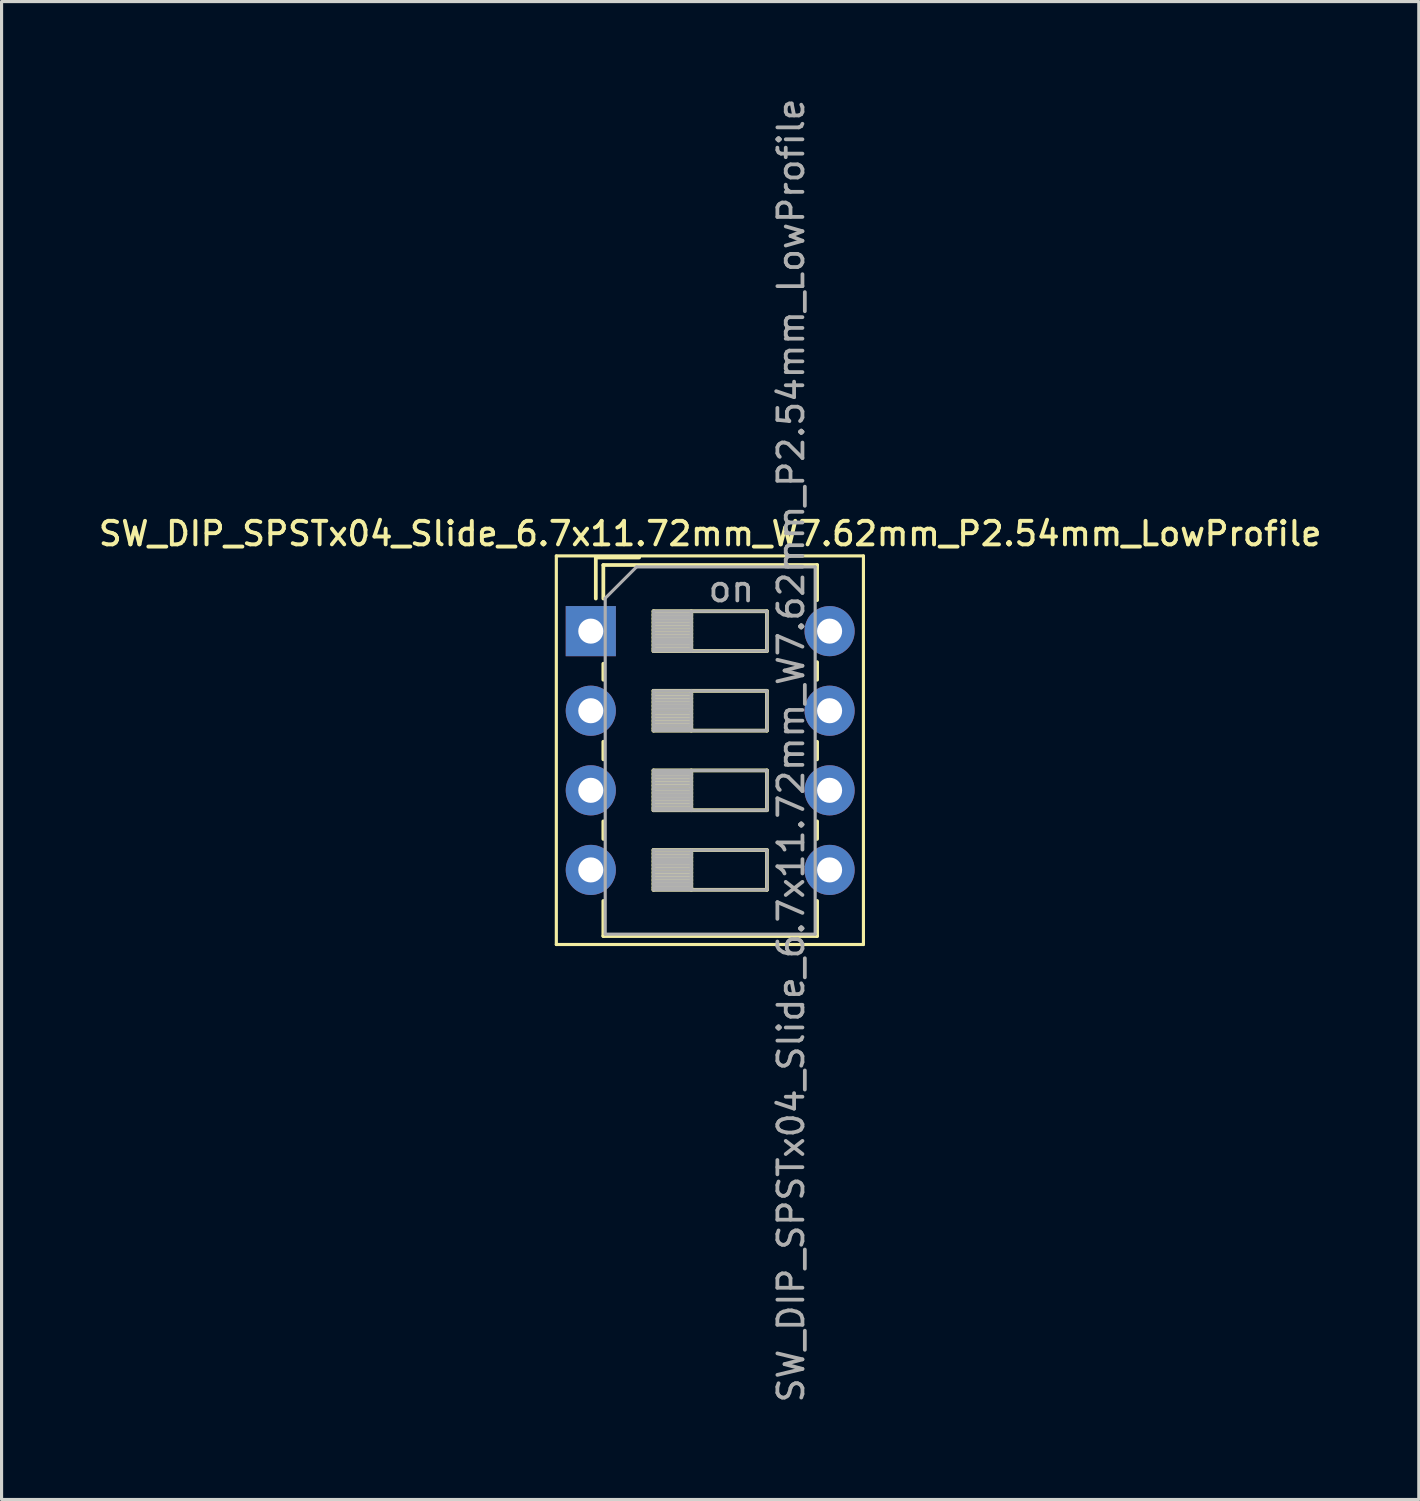
<source format=kicad_pcb>
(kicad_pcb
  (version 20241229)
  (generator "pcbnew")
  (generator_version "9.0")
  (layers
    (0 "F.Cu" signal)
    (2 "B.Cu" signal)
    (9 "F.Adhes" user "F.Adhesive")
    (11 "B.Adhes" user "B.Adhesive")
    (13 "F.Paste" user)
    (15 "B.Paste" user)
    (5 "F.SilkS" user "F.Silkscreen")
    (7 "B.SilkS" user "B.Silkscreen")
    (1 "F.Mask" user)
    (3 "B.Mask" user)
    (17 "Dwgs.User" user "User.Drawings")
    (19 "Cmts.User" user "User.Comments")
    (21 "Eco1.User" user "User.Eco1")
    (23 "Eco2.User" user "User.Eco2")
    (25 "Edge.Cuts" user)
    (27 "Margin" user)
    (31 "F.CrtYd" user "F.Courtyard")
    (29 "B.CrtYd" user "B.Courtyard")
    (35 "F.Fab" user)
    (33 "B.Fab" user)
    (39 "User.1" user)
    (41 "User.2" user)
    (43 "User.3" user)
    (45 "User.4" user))
  (footprint "SW_DIP_SPSTx04_Slide_6.7x11.72mm_W7.62mm_P2.54mm_LowProfile"
    (layer "F.Cu")
    (at 15.803 17.09)
    (property "Reference" "SW_DIP_SPSTx04_Slide_6.7x11.72mm_W7.62mm_P2.54mm_LowProfile" (at 3.81 -3.11 0) (layer "F.SilkS") (effects (font (size 0.75 0.75) (thickness 0.125))))
    (attr through_hole)
    (fp_line (start -1.1 -2.4) (end -1.1 10) (stroke (width 0.1) (type solid)) (layer "F.SilkS"))
    (fp_line (start -1.1 10) (end 8.7 10) (stroke (width 0.1) (type solid)) (layer "F.SilkS"))
    (fp_line (start 0.16 -2.35) (end 0.16 -1.04) (stroke (width 0.12) (type solid)) (layer "F.SilkS"))
    (fp_line (start 0.16 -2.35) (end 1.543 -2.35) (stroke (width 0.12) (type solid)) (layer "F.SilkS"))
    (fp_line (start 0.4 -2.11) (end 0.4 -1.04) (stroke (width 0.12) (type solid)) (layer "F.SilkS"))
    (fp_line (start 0.4 -2.11) (end 7.221 -2.11) (stroke (width 0.12) (type solid)) (layer "F.SilkS"))
    (fp_line (start 0.4 1.04) (end 0.4 1.551) (stroke (width 0.12) (type solid)) (layer "F.SilkS"))
    (fp_line (start 0.4 3.53) (end 0.4 4.091) (stroke (width 0.12) (type solid)) (layer "F.SilkS"))
    (fp_line (start 0.4 6.07) (end 0.4 6.631) (stroke (width 0.12) (type solid)) (layer "F.SilkS"))
    (fp_line (start 0.4 8.61) (end 0.4 9.73) (stroke (width 0.12) (type solid)) (layer "F.SilkS"))
    (fp_line (start 0.4 9.73) (end 7.221 9.73) (stroke (width 0.12) (type solid)) (layer "F.SilkS"))
    (fp_line (start 2 -0.635) (end 2 0.635) (stroke (width 0.12) (type solid)) (layer "F.SilkS"))
    (fp_line (start 2 -0.515) (end 3.207 -0.515) (stroke (width 0.12) (type solid)) (layer "F.SilkS"))
    (fp_line (start 2 -0.395) (end 3.207 -0.395) (stroke (width 0.12) (type solid)) (layer "F.SilkS"))
    (fp_line (start 2 -0.275) (end 3.207 -0.275) (stroke (width 0.12) (type solid)) (layer "F.SilkS"))
    (fp_line (start 2 -0.155) (end 3.207 -0.155) (stroke (width 0.12) (type solid)) (layer "F.SilkS"))
    (fp_line (start 2 -0.035) (end 3.207 -0.035) (stroke (width 0.12) (type solid)) (layer "F.SilkS"))
    (fp_line (start 2 0.085) (end 3.207 0.085) (stroke (width 0.12) (type solid)) (layer "F.SilkS"))
    (fp_line (start 2 0.205) (end 3.207 0.205) (stroke (width 0.12) (type solid)) (layer "F.SilkS"))
    (fp_line (start 2 0.325) (end 3.207 0.325) (stroke (width 0.12) (type solid)) (layer "F.SilkS"))
    (fp_line (start 2 0.445) (end 3.207 0.445) (stroke (width 0.12) (type solid)) (layer "F.SilkS"))
    (fp_line (start 2 0.565) (end 3.207 0.565) (stroke (width 0.12) (type solid)) (layer "F.SilkS"))
    (fp_line (start 2 0.635) (end 5.62 0.635) (stroke (width 0.12) (type solid)) (layer "F.SilkS"))
    (fp_line (start 2 1.905) (end 2 3.175) (stroke (width 0.12) (type solid)) (layer "F.SilkS"))
    (fp_line (start 2 2.025) (end 3.207 2.025) (stroke (width 0.12) (type solid)) (layer "F.SilkS"))
    (fp_line (start 2 2.145) (end 3.207 2.145) (stroke (width 0.12) (type solid)) (layer "F.SilkS"))
    (fp_line (start 2 2.265) (end 3.207 2.265) (stroke (width 0.12) (type solid)) (layer "F.SilkS"))
    (fp_line (start 2 2.385) (end 3.207 2.385) (stroke (width 0.12) (type solid)) (layer "F.SilkS"))
    (fp_line (start 2 2.505) (end 3.207 2.505) (stroke (width 0.12) (type solid)) (layer "F.SilkS"))
    (fp_line (start 2 2.625) (end 3.207 2.625) (stroke (width 0.12) (type solid)) (layer "F.SilkS"))
    (fp_line (start 2 2.745) (end 3.207 2.745) (stroke (width 0.12) (type solid)) (layer "F.SilkS"))
    (fp_line (start 2 2.865) (end 3.207 2.865) (stroke (width 0.12) (type solid)) (layer "F.SilkS"))
    (fp_line (start 2 2.985) (end 3.207 2.985) (stroke (width 0.12) (type solid)) (layer "F.SilkS"))
    (fp_line (start 2 3.105) (end 3.207 3.105) (stroke (width 0.12) (type solid)) (layer "F.SilkS"))
    (fp_line (start 2 3.175) (end 5.62 3.175) (stroke (width 0.12) (type solid)) (layer "F.SilkS"))
    (fp_line (start 2 4.445) (end 2 5.715) (stroke (width 0.12) (type solid)) (layer "F.SilkS"))
    (fp_line (start 2 4.565) (end 3.207 4.565) (stroke (width 0.12) (type solid)) (layer "F.SilkS"))
    (fp_line (start 2 4.685) (end 3.207 4.685) (stroke (width 0.12) (type solid)) (layer "F.SilkS"))
    (fp_line (start 2 4.805) (end 3.207 4.805) (stroke (width 0.12) (type solid)) (layer "F.SilkS"))
    (fp_line (start 2 4.925) (end 3.207 4.925) (stroke (width 0.12) (type solid)) (layer "F.SilkS"))
    (fp_line (start 2 5.045) (end 3.207 5.045) (stroke (width 0.12) (type solid)) (layer "F.SilkS"))
    (fp_line (start 2 5.165) (end 3.207 5.165) (stroke (width 0.12) (type solid)) (layer "F.SilkS"))
    (fp_line (start 2 5.285) (end 3.207 5.285) (stroke (width 0.12) (type solid)) (layer "F.SilkS"))
    (fp_line (start 2 5.405) (end 3.207 5.405) (stroke (width 0.12) (type solid)) (layer "F.SilkS"))
    (fp_line (start 2 5.525) (end 3.207 5.525) (stroke (width 0.12) (type solid)) (layer "F.SilkS"))
    (fp_line (start 2 5.645) (end 3.207 5.645) (stroke (width 0.12) (type solid)) (layer "F.SilkS"))
    (fp_line (start 2 5.715) (end 5.62 5.715) (stroke (width 0.12) (type solid)) (layer "F.SilkS"))
    (fp_line (start 2 6.985) (end 2 8.255) (stroke (width 0.12) (type solid)) (layer "F.SilkS"))
    (fp_line (start 2 7.105) (end 3.207 7.105) (stroke (width 0.12) (type solid)) (layer "F.SilkS"))
    (fp_line (start 2 7.225) (end 3.207 7.225) (stroke (width 0.12) (type solid)) (layer "F.SilkS"))
    (fp_line (start 2 7.345) (end 3.207 7.345) (stroke (width 0.12) (type solid)) (layer "F.SilkS"))
    (fp_line (start 2 7.465) (end 3.207 7.465) (stroke (width 0.12) (type solid)) (layer "F.SilkS"))
    (fp_line (start 2 7.585) (end 3.207 7.585) (stroke (width 0.12) (type solid)) (layer "F.SilkS"))
    (fp_line (start 2 7.705) (end 3.207 7.705) (stroke (width 0.12) (type solid)) (layer "F.SilkS"))
    (fp_line (start 2 7.825) (end 3.207 7.825) (stroke (width 0.12) (type solid)) (layer "F.SilkS"))
    (fp_line (start 2 7.945) (end 3.207 7.945) (stroke (width 0.12) (type solid)) (layer "F.SilkS"))
    (fp_line (start 2 8.065) (end 3.207 8.065) (stroke (width 0.12) (type solid)) (layer "F.SilkS"))
    (fp_line (start 2 8.185) (end 3.207 8.185) (stroke (width 0.12) (type solid)) (layer "F.SilkS"))
    (fp_line (start 2 8.255) (end 5.62 8.255) (stroke (width 0.12) (type solid)) (layer "F.SilkS"))
    (fp_line (start 3.207 -0.635) (end 3.207 0.635) (stroke (width 0.12) (type solid)) (layer "F.SilkS"))
    (fp_line (start 3.207 1.905) (end 3.207 3.175) (stroke (width 0.12) (type solid)) (layer "F.SilkS"))
    (fp_line (start 3.207 4.445) (end 3.207 5.715) (stroke (width 0.12) (type solid)) (layer "F.SilkS"))
    (fp_line (start 3.207 6.985) (end 3.207 8.255) (stroke (width 0.12) (type solid)) (layer "F.SilkS"))
    (fp_line (start 5.62 -0.635) (end 2 -0.635) (stroke (width 0.12) (type solid)) (layer "F.SilkS"))
    (fp_line (start 5.62 0.635) (end 5.62 -0.635) (stroke (width 0.12) (type solid)) (layer "F.SilkS"))
    (fp_line (start 5.62 1.905) (end 2 1.905) (stroke (width 0.12) (type solid)) (layer "F.SilkS"))
    (fp_line (start 5.62 3.175) (end 5.62 1.905) (stroke (width 0.12) (type solid)) (layer "F.SilkS"))
    (fp_line (start 5.62 4.445) (end 2 4.445) (stroke (width 0.12) (type solid)) (layer "F.SilkS"))
    (fp_line (start 5.62 5.715) (end 5.62 4.445) (stroke (width 0.12) (type solid)) (layer "F.SilkS"))
    (fp_line (start 5.62 6.985) (end 2 6.985) (stroke (width 0.12) (type solid)) (layer "F.SilkS"))
    (fp_line (start 5.62 8.255) (end 5.62 6.985) (stroke (width 0.12) (type solid)) (layer "F.SilkS"))
    (fp_line (start 7.221 -2.11) (end 7.221 -0.99) (stroke (width 0.12) (type solid)) (layer "F.SilkS"))
    (fp_line (start 7.221 0.99) (end 7.221 1.551) (stroke (width 0.12) (type solid)) (layer "F.SilkS"))
    (fp_line (start 7.221 3.53) (end 7.221 4.091) (stroke (width 0.12) (type solid)) (layer "F.SilkS"))
    (fp_line (start 7.221 6.07) (end 7.221 6.631) (stroke (width 0.12) (type solid)) (layer "F.SilkS"))
    (fp_line (start 7.221 8.61) (end 7.221 9.73) (stroke (width 0.12) (type solid)) (layer "F.SilkS"))
    (fp_line (start 8.7 -2.4) (end -1.1 -2.4) (stroke (width 0.1) (type solid)) (layer "F.SilkS"))
    (fp_line (start 8.7 10) (end 8.7 -2.4) (stroke (width 0.1) (type solid)) (layer "F.SilkS"))
    (fp_line (start 0.46 -1.05) (end 1.46 -2.05) (stroke (width 0.1) (type solid)) (layer "F.Fab"))
    (fp_line (start 0.46 9.67) (end 0.46 -1.05) (stroke (width 0.1) (type solid)) (layer "F.Fab"))
    (fp_line (start 1.46 -2.05) (end 7.16 -2.05) (stroke (width 0.1) (type solid)) (layer "F.Fab"))
    (fp_line (start 2 -0.635) (end 2 0.635) (stroke (width 0.1) (type solid)) (layer "F.Fab"))
    (fp_line (start 2 -0.535) (end 3.207 -0.535) (stroke (width 0.1) (type solid)) (layer "F.Fab"))
    (fp_line (start 2 -0.435) (end 3.207 -0.435) (stroke (width 0.1) (type solid)) (layer "F.Fab"))
    (fp_line (start 2 -0.335) (end 3.207 -0.335) (stroke (width 0.1) (type solid)) (layer "F.Fab"))
    (fp_line (start 2 -0.235) (end 3.207 -0.235) (stroke (width 0.1) (type solid)) (layer "F.Fab"))
    (fp_line (start 2 -0.135) (end 3.207 -0.135) (stroke (width 0.1) (type solid)) (layer "F.Fab"))
    (fp_line (start 2 -0.035) (end 3.207 -0.035) (stroke (width 0.1) (type solid)) (layer "F.Fab"))
    (fp_line (start 2 0.065) (end 3.207 0.065) (stroke (width 0.1) (type solid)) (layer "F.Fab"))
    (fp_line (start 2 0.165) (end 3.207 0.165) (stroke (width 0.1) (type solid)) (layer "F.Fab"))
    (fp_line (start 2 0.265) (end 3.207 0.265) (stroke (width 0.1) (type solid)) (layer "F.Fab"))
    (fp_line (start 2 0.365) (end 3.207 0.365) (stroke (width 0.1) (type solid)) (layer "F.Fab"))
    (fp_line (start 2 0.465) (end 3.207 0.465) (stroke (width 0.1) (type solid)) (layer "F.Fab"))
    (fp_line (start 2 0.565) (end 3.207 0.565) (stroke (width 0.1) (type solid)) (layer "F.Fab"))
    (fp_line (start 2 0.635) (end 5.62 0.635) (stroke (width 0.1) (type solid)) (layer "F.Fab"))
    (fp_line (start 2 1.905) (end 2 3.175) (stroke (width 0.1) (type solid)) (layer "F.Fab"))
    (fp_line (start 2 2.005) (end 3.207 2.005) (stroke (width 0.1) (type solid)) (layer "F.Fab"))
    (fp_line (start 2 2.105) (end 3.207 2.105) (stroke (width 0.1) (type solid)) (layer "F.Fab"))
    (fp_line (start 2 2.205) (end 3.207 2.205) (stroke (width 0.1) (type solid)) (layer "F.Fab"))
    (fp_line (start 2 2.305) (end 3.207 2.305) (stroke (width 0.1) (type solid)) (layer "F.Fab"))
    (fp_line (start 2 2.405) (end 3.207 2.405) (stroke (width 0.1) (type solid)) (layer "F.Fab"))
    (fp_line (start 2 2.505) (end 3.207 2.505) (stroke (width 0.1) (type solid)) (layer "F.Fab"))
    (fp_line (start 2 2.605) (end 3.207 2.605) (stroke (width 0.1) (type solid)) (layer "F.Fab"))
    (fp_line (start 2 2.705) (end 3.207 2.705) (stroke (width 0.1) (type solid)) (layer "F.Fab"))
    (fp_line (start 2 2.805) (end 3.207 2.805) (stroke (width 0.1) (type solid)) (layer "F.Fab"))
    (fp_line (start 2 2.905) (end 3.207 2.905) (stroke (width 0.1) (type solid)) (layer "F.Fab"))
    (fp_line (start 2 3.005) (end 3.207 3.005) (stroke (width 0.1) (type solid)) (layer "F.Fab"))
    (fp_line (start 2 3.105) (end 3.207 3.105) (stroke (width 0.1) (type solid)) (layer "F.Fab"))
    (fp_line (start 2 3.175) (end 5.62 3.175) (stroke (width 0.1) (type solid)) (layer "F.Fab"))
    (fp_line (start 2 4.445) (end 2 5.715) (stroke (width 0.1) (type solid)) (layer "F.Fab"))
    (fp_line (start 2 4.545) (end 3.207 4.545) (stroke (width 0.1) (type solid)) (layer "F.Fab"))
    (fp_line (start 2 4.645) (end 3.207 4.645) (stroke (width 0.1) (type solid)) (layer "F.Fab"))
    (fp_line (start 2 4.745) (end 3.207 4.745) (stroke (width 0.1) (type solid)) (layer "F.Fab"))
    (fp_line (start 2 4.845) (end 3.207 4.845) (stroke (width 0.1) (type solid)) (layer "F.Fab"))
    (fp_line (start 2 4.945) (end 3.207 4.945) (stroke (width 0.1) (type solid)) (layer "F.Fab"))
    (fp_line (start 2 5.045) (end 3.207 5.045) (stroke (width 0.1) (type solid)) (layer "F.Fab"))
    (fp_line (start 2 5.145) (end 3.207 5.145) (stroke (width 0.1) (type solid)) (layer "F.Fab"))
    (fp_line (start 2 5.245) (end 3.207 5.245) (stroke (width 0.1) (type solid)) (layer "F.Fab"))
    (fp_line (start 2 5.345) (end 3.207 5.345) (stroke (width 0.1) (type solid)) (layer "F.Fab"))
    (fp_line (start 2 5.445) (end 3.207 5.445) (stroke (width 0.1) (type solid)) (layer "F.Fab"))
    (fp_line (start 2 5.545) (end 3.207 5.545) (stroke (width 0.1) (type solid)) (layer "F.Fab"))
    (fp_line (start 2 5.645) (end 3.207 5.645) (stroke (width 0.1) (type solid)) (layer "F.Fab"))
    (fp_line (start 2 5.715) (end 5.62 5.715) (stroke (width 0.1) (type solid)) (layer "F.Fab"))
    (fp_line (start 2 6.985) (end 2 8.255) (stroke (width 0.1) (type solid)) (layer "F.Fab"))
    (fp_line (start 2 7.085) (end 3.207 7.085) (stroke (width 0.1) (type solid)) (layer "F.Fab"))
    (fp_line (start 2 7.185) (end 3.207 7.185) (stroke (width 0.1) (type solid)) (layer "F.Fab"))
    (fp_line (start 2 7.285) (end 3.207 7.285) (stroke (width 0.1) (type solid)) (layer "F.Fab"))
    (fp_line (start 2 7.385) (end 3.207 7.385) (stroke (width 0.1) (type solid)) (layer "F.Fab"))
    (fp_line (start 2 7.485) (end 3.207 7.485) (stroke (width 0.1) (type solid)) (layer "F.Fab"))
    (fp_line (start 2 7.585) (end 3.207 7.585) (stroke (width 0.1) (type solid)) (layer "F.Fab"))
    (fp_line (start 2 7.685) (end 3.207 7.685) (stroke (width 0.1) (type solid)) (layer "F.Fab"))
    (fp_line (start 2 7.785) (end 3.207 7.785) (stroke (width 0.1) (type solid)) (layer "F.Fab"))
    (fp_line (start 2 7.885) (end 3.207 7.885) (stroke (width 0.1) (type solid)) (layer "F.Fab"))
    (fp_line (start 2 7.985) (end 3.207 7.985) (stroke (width 0.1) (type solid)) (layer "F.Fab"))
    (fp_line (start 2 8.085) (end 3.207 8.085) (stroke (width 0.1) (type solid)) (layer "F.Fab"))
    (fp_line (start 2 8.185) (end 3.207 8.185) (stroke (width 0.1) (type solid)) (layer "F.Fab"))
    (fp_line (start 2 8.255) (end 5.62 8.255) (stroke (width 0.1) (type solid)) (layer "F.Fab"))
    (fp_line (start 3.207 -0.635) (end 3.207 0.635) (stroke (width 0.1) (type solid)) (layer "F.Fab"))
    (fp_line (start 3.207 1.905) (end 3.207 3.175) (stroke (width 0.1) (type solid)) (layer "F.Fab"))
    (fp_line (start 3.207 4.445) (end 3.207 5.715) (stroke (width 0.1) (type solid)) (layer "F.Fab"))
    (fp_line (start 3.207 6.985) (end 3.207 8.255) (stroke (width 0.1) (type solid)) (layer "F.Fab"))
    (fp_line (start 5.62 -0.635) (end 2 -0.635) (stroke (width 0.1) (type solid)) (layer "F.Fab"))
    (fp_line (start 5.62 0.635) (end 5.62 -0.635) (stroke (width 0.1) (type solid)) (layer "F.Fab"))
    (fp_line (start 5.62 1.905) (end 2 1.905) (stroke (width 0.1) (type solid)) (layer "F.Fab"))
    (fp_line (start 5.62 3.175) (end 5.62 1.905) (stroke (width 0.1) (type solid)) (layer "F.Fab"))
    (fp_line (start 5.62 4.445) (end 2 4.445) (stroke (width 0.1) (type solid)) (layer "F.Fab"))
    (fp_line (start 5.62 5.715) (end 5.62 4.445) (stroke (width 0.1) (type solid)) (layer "F.Fab"))
    (fp_line (start 5.62 6.985) (end 2 6.985) (stroke (width 0.1) (type solid)) (layer "F.Fab"))
    (fp_line (start 5.62 8.255) (end 5.62 6.985) (stroke (width 0.1) (type solid)) (layer "F.Fab"))
    (fp_line (start 7.16 -2.05) (end 7.16 9.67) (stroke (width 0.1) (type solid)) (layer "F.Fab"))
    (fp_line (start 7.16 9.67) (end 0.46 9.67) (stroke (width 0.1) (type solid)) (layer "F.Fab"))
    (fp_text user "on" (at 4.485 -1.343 0) (layer "F.Fab") (effects (font (size 0.8 0.8) (thickness 0.12))))
    (fp_text user "${REFERENCE}" (at 6.39 3.81 90) (layer "F.Fab") (effects (font (size 0.8 0.8) (thickness 0.12))))
    (pad "1" thru_hole rect (at 0 0) (size 1.6 1.6) (drill 0.8) (layers "*.Cu" "*.Mask"))
    (pad "2" thru_hole oval (at 0 2.54) (size 1.6 1.6) (drill 0.8) (layers "*.Cu" "*.Mask"))
    (pad "3" thru_hole oval (at 0 5.08) (size 1.6 1.6) (drill 0.8) (layers "*.Cu" "*.Mask"))
    (pad "4" thru_hole oval (at 0 7.62) (size 1.6 1.6) (drill 0.8) (layers "*.Cu" "*.Mask"))
    (pad "5" thru_hole oval (at 7.62 7.62) (size 1.6 1.6) (drill 0.8) (layers "*.Cu" "*.Mask"))
    (pad "6" thru_hole oval (at 7.62 5.08) (size 1.6 1.6) (drill 0.8) (layers "*.Cu" "*.Mask"))
    (pad "7" thru_hole oval (at 7.62 2.54) (size 1.6 1.6) (drill 0.8) (layers "*.Cu" "*.Mask"))
    (pad "8" thru_hole oval (at 7.62 0) (size 1.6 1.6) (drill 0.8) (layers "*.Cu" "*.Mask")))
  (gr_rect
    (start -3 -3)
    (end 42.225 44.8)
    (stroke (width 0.1) (type default))
    (fill no)
    (layer "Edge.Cuts")))
</source>
